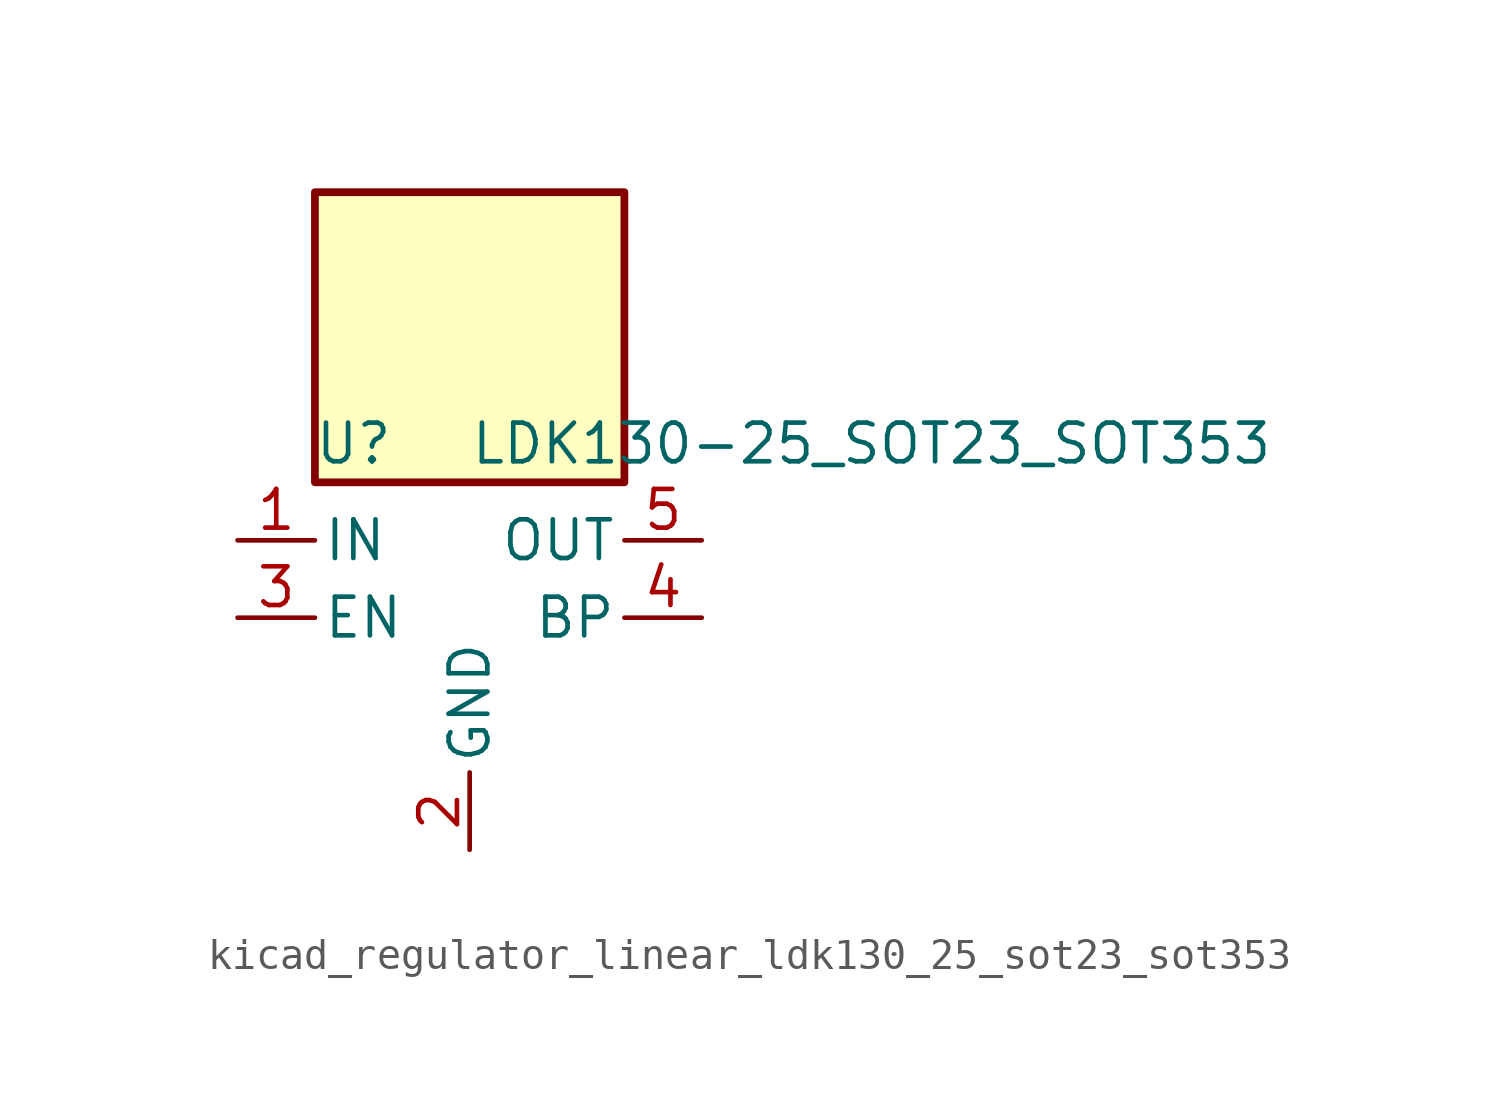
<source format=kicad_sym>
(kicad_symbol_lib
  (version 20220914)
  (generator kicad_symbol_editor)
  (symbol "kicad_regulator_linear_ldk130_25_sot23_sot353"
    (pin_names
      (offset 0.254))
    (property "Reference" "U"
      (at -3.81 5.715 0)
      (effects (font (size 1.27 1.27))))
    (property "Value" "LDK130-25_SOT23_SOT353"
      (at 0 5.715 0)
      (effects (font (size 1.27 1.27)) (justify left)))
    (symbol "kicad_regulator_linear_ldk130_25_sot23_sot353_0_1"
      (rectangle (start 5.08 13.97) (end -5.08 4.445) (stroke (width 0.254) (type default)) (fill (type background))))
    (symbol "kicad_regulator_linear_ldk130_25_sot23_sot353_1_1"
      (pin power_in line (at -7.62 2.54 0) (length 2.54) (name "IN" (effects (font (size 1.27 1.27)))) (number "1" (effects (font (size 1.27 1.27)))))
      (pin power_in line (at 0 -7.62 90) (length 2.54) (name "GND" (effects (font (size 1.27 1.27)))) (number "2" (effects (font (size 1.27 1.27)))))
      (pin input line (at -7.62 0 0) (length 2.54) (name "EN" (effects (font (size 1.27 1.27)))) (number "3" (effects (font (size 1.27 1.27)))))
      (pin passive line (at 7.62 0 180) (length 2.54) (name "BP" (effects (font (size 1.27 1.27)))) (number "4" (effects (font (size 1.27 1.27)))))
      (pin power_out line (at 7.62 2.54 180) (length 2.54) (name "OUT" (effects (font (size 1.27 1.27)))) (number "5" (effects (font (size 1.27 1.27))))))))
</source>
